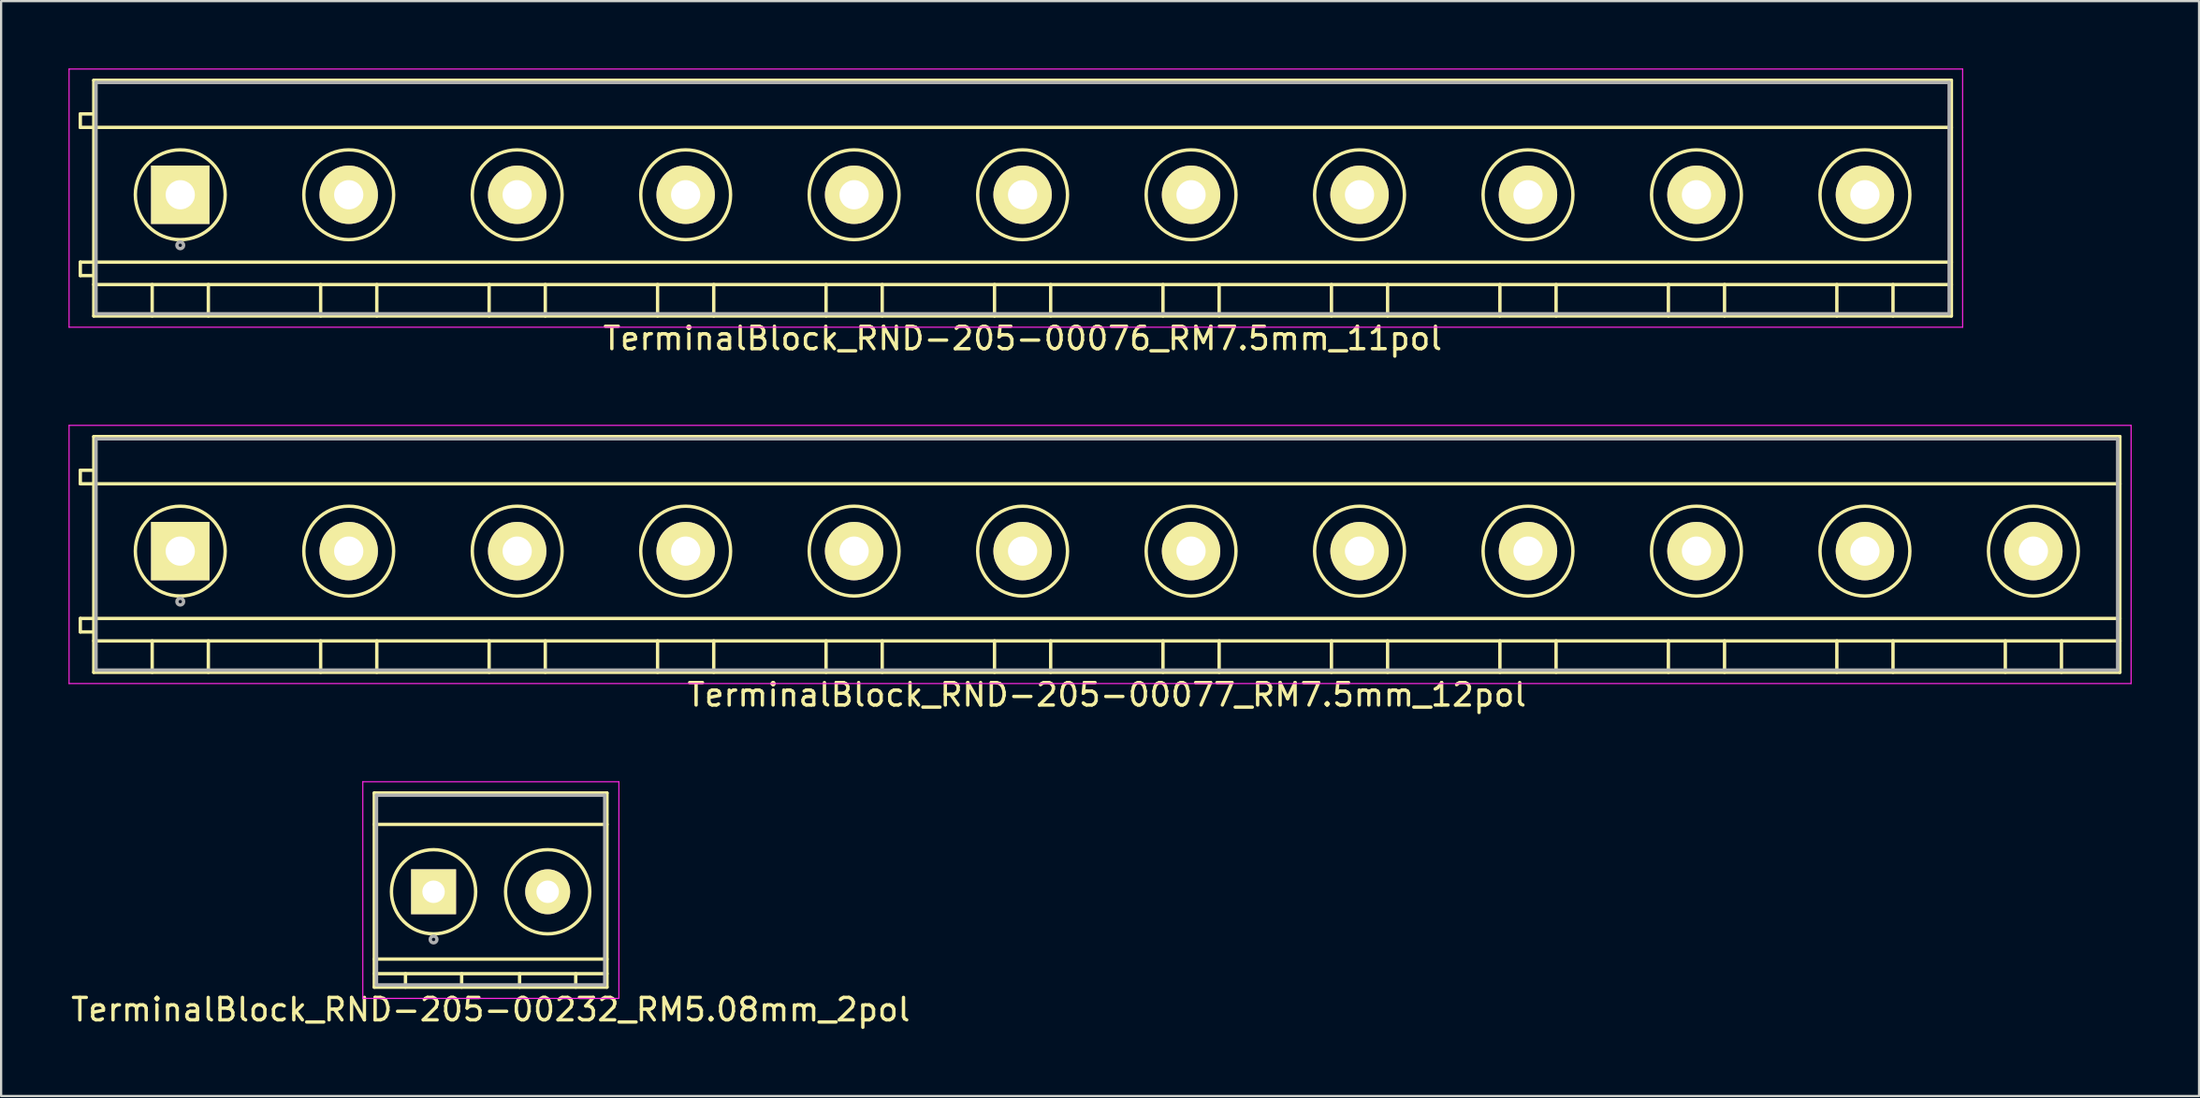
<source format=kicad_pcb>
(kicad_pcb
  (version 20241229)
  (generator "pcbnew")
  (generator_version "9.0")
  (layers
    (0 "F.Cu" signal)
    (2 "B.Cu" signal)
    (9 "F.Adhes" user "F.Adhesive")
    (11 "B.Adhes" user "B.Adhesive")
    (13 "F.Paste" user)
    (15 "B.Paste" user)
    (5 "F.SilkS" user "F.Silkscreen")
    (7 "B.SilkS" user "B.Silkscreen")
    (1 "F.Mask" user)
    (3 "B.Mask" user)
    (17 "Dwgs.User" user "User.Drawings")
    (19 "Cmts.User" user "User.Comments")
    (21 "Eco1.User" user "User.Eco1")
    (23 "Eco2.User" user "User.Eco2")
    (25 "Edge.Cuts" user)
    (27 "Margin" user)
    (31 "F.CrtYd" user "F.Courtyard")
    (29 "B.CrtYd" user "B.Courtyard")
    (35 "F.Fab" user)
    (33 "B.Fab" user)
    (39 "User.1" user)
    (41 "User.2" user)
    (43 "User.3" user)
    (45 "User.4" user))
  (footprint "TerminalBlock_RND-205-00232_RM5.08mm_2pol"
    (layer "F.Cu")
    (at 16.252 36.672)
    (property "Reference" "TerminalBlock_RND-205-00232_RM5.08mm_2pol" (at 2.54 5.25 0) (layer "F.SilkS") (effects (font (size 1 1) (thickness 0.15))))
    (attr through_hole)
    (fp_line (start -2.64 -4.4) (end 7.72 -4.4) (stroke (width 0.15) (type solid)) (layer "F.SilkS"))
    (fp_line (start -2.64 -3) (end 7.72 -3) (stroke (width 0.15) (type solid)) (layer "F.SilkS"))
    (fp_line (start -2.64 3) (end 7.72 3) (stroke (width 0.15) (type solid)) (layer "F.SilkS"))
    (fp_line (start -2.64 3.65) (end 7.72 3.65) (stroke (width 0.15) (type solid)) (layer "F.SilkS"))
    (fp_line (start -2.64 4.25) (end -2.64 -4.4) (stroke (width 0.15) (type solid)) (layer "F.SilkS"))
    (fp_line (start -1.25 3.65) (end -1.25 4.25) (stroke (width 0.15) (type solid)) (layer "F.SilkS"))
    (fp_line (start 1.25 3.65) (end 1.25 4.25) (stroke (width 0.15) (type solid)) (layer "F.SilkS"))
    (fp_line (start 3.83 3.65) (end 3.83 4.25) (stroke (width 0.15) (type solid)) (layer "F.SilkS"))
    (fp_line (start 6.33 3.65) (end 6.33 4.25) (stroke (width 0.15) (type solid)) (layer "F.SilkS"))
    (fp_line (start 7.72 -4.4) (end 7.72 4.25) (stroke (width 0.15) (type solid)) (layer "F.SilkS"))
    (fp_line (start 7.72 4.25) (end -2.64 4.25) (stroke (width 0.15) (type solid)) (layer "F.SilkS"))
    (fp_circle (center 0 0) (end -1.875 0) (stroke (width 0.15) (type solid)) (fill no) (layer "F.SilkS"))
    (fp_circle (center 5.08 0) (end 3.205 0) (stroke (width 0.15) (type solid)) (fill no) (layer "F.SilkS"))
    (fp_line (start -3.15 -4.9) (end 8.25 -4.9) (stroke (width 0.05) (type solid)) (layer "F.CrtYd"))
    (fp_line (start -3.15 4.75) (end -3.15 -4.9) (stroke (width 0.05) (type solid)) (layer "F.CrtYd"))
    (fp_line (start 8.25 -4.9) (end 8.25 4.75) (stroke (width 0.05) (type solid)) (layer "F.CrtYd"))
    (fp_line (start 8.25 4.75) (end -3.15 4.75) (stroke (width 0.05) (type solid)) (layer "F.CrtYd"))
    (fp_line (start -2.54 -4.3) (end 7.62 -4.3) (stroke (width 0.15) (type solid)) (layer "F.Fab"))
    (fp_line (start -2.54 4.15) (end -2.54 -4.3) (stroke (width 0.15) (type solid)) (layer "F.Fab"))
    (fp_line (start 7.62 -4.3) (end 7.62 4.15) (stroke (width 0.15) (type solid)) (layer "F.Fab"))
    (fp_line (start 7.62 4.15) (end -2.54 4.15) (stroke (width 0.15) (type solid)) (layer "F.Fab"))
    (fp_circle (center 0 2.125) (end -0.15 2.125) (stroke (width 0.15) (type solid)) (fill no) (layer "F.Fab"))
    (pad "1" thru_hole rect (at 0 0) (size 2 2) (drill 1) (layers "*.Cu" "*.Mask" "F.SilkS"))
    (pad "2" thru_hole circle (at 5.08 0) (size 2 2) (drill 1) (layers "*.Cu" "*.Mask" "F.SilkS")))
  (footprint "TerminalBlock_RND-205-00077_RM7.5mm_12pol"
    (layer "F.Cu")
    (at 4.975 21.498)
    (property "Reference" "TerminalBlock_RND-205-00077_RM7.5mm_12pol" (at 41.25 6.4 0) (layer "F.SilkS") (effects (font (size 1 1) (thickness 0.15))))
    (attr through_hole)
    (fp_line (start -4.45 -3.6) (end -4.45 -3) (stroke (width 0.15) (type solid)) (layer "F.SilkS"))
    (fp_line (start -4.45 -3) (end -3.85 -3) (stroke (width 0.15) (type solid)) (layer "F.SilkS"))
    (fp_line (start -4.45 3) (end -4.45 3.6) (stroke (width 0.15) (type solid)) (layer "F.SilkS"))
    (fp_line (start -4.45 3.6) (end -3.85 3.6) (stroke (width 0.15) (type solid)) (layer "F.SilkS"))
    (fp_line (start -3.85 -5.1) (end 86.35 -5.1) (stroke (width 0.15) (type solid)) (layer "F.SilkS"))
    (fp_line (start -3.85 -3.6) (end -4.45 -3.6) (stroke (width 0.15) (type solid)) (layer "F.SilkS"))
    (fp_line (start -3.85 -3) (end 86.35 -3) (stroke (width 0.15) (type solid)) (layer "F.SilkS"))
    (fp_line (start -3.85 3) (end -4.45 3) (stroke (width 0.15) (type solid)) (layer "F.SilkS"))
    (fp_line (start -3.85 3) (end 86.35 3) (stroke (width 0.15) (type solid)) (layer "F.SilkS"))
    (fp_line (start -3.85 4) (end 86.35 4) (stroke (width 0.15) (type solid)) (layer "F.SilkS"))
    (fp_line (start -3.85 5.4) (end -3.85 -5.1) (stroke (width 0.15) (type solid)) (layer "F.SilkS"))
    (fp_line (start -1.25 4) (end -1.25 5.4) (stroke (width 0.15) (type solid)) (layer "F.SilkS"))
    (fp_line (start 1.25 4) (end 1.25 5.4) (stroke (width 0.15) (type solid)) (layer "F.SilkS"))
    (fp_line (start 6.25 4) (end 6.25 5.4) (stroke (width 0.15) (type solid)) (layer "F.SilkS"))
    (fp_line (start 8.75 4) (end 8.75 5.4) (stroke (width 0.15) (type solid)) (layer "F.SilkS"))
    (fp_line (start 13.75 4) (end 13.75 5.4) (stroke (width 0.15) (type solid)) (layer "F.SilkS"))
    (fp_line (start 16.25 4) (end 16.25 5.4) (stroke (width 0.15) (type solid)) (layer "F.SilkS"))
    (fp_line (start 21.25 4) (end 21.25 5.4) (stroke (width 0.15) (type solid)) (layer "F.SilkS"))
    (fp_line (start 23.75 4) (end 23.75 5.4) (stroke (width 0.15) (type solid)) (layer "F.SilkS"))
    (fp_line (start 28.75 4) (end 28.75 5.4) (stroke (width 0.15) (type solid)) (layer "F.SilkS"))
    (fp_line (start 31.25 4) (end 31.25 5.4) (stroke (width 0.15) (type solid)) (layer "F.SilkS"))
    (fp_line (start 36.25 4) (end 36.25 5.4) (stroke (width 0.15) (type solid)) (layer "F.SilkS"))
    (fp_line (start 38.75 4) (end 38.75 5.4) (stroke (width 0.15) (type solid)) (layer "F.SilkS"))
    (fp_line (start 43.75 4) (end 43.75 5.4) (stroke (width 0.15) (type solid)) (layer "F.SilkS"))
    (fp_line (start 46.25 4) (end 46.25 5.4) (stroke (width 0.15) (type solid)) (layer "F.SilkS"))
    (fp_line (start 51.25 4) (end 51.25 5.4) (stroke (width 0.15) (type solid)) (layer "F.SilkS"))
    (fp_line (start 53.75 4) (end 53.75 5.4) (stroke (width 0.15) (type solid)) (layer "F.SilkS"))
    (fp_line (start 58.75 4) (end 58.75 5.4) (stroke (width 0.15) (type solid)) (layer "F.SilkS"))
    (fp_line (start 61.25 4) (end 61.25 5.4) (stroke (width 0.15) (type solid)) (layer "F.SilkS"))
    (fp_line (start 66.25 4) (end 66.25 5.4) (stroke (width 0.15) (type solid)) (layer "F.SilkS"))
    (fp_line (start 68.75 4) (end 68.75 5.4) (stroke (width 0.15) (type solid)) (layer "F.SilkS"))
    (fp_line (start 73.75 4) (end 73.75 5.4) (stroke (width 0.15) (type solid)) (layer "F.SilkS"))
    (fp_line (start 76.25 4) (end 76.25 5.4) (stroke (width 0.15) (type solid)) (layer "F.SilkS"))
    (fp_line (start 81.25 4) (end 81.25 5.4) (stroke (width 0.15) (type solid)) (layer "F.SilkS"))
    (fp_line (start 83.75 4) (end 83.75 5.4) (stroke (width 0.15) (type solid)) (layer "F.SilkS"))
    (fp_line (start 86.35 -5.1) (end 86.35 5.4) (stroke (width 0.15) (type solid)) (layer "F.SilkS"))
    (fp_line (start 86.35 5.4) (end -3.85 5.4) (stroke (width 0.15) (type solid)) (layer "F.SilkS"))
    (fp_circle (center 0 0) (end -2 0) (stroke (width 0.15) (type solid)) (fill no) (layer "F.SilkS"))
    (fp_circle (center 7.5 0) (end 5.5 0) (stroke (width 0.15) (type solid)) (fill no) (layer "F.SilkS"))
    (fp_circle (center 15 0) (end 13 0) (stroke (width 0.15) (type solid)) (fill no) (layer "F.SilkS"))
    (fp_circle (center 22.5 0) (end 20.5 0) (stroke (width 0.15) (type solid)) (fill no) (layer "F.SilkS"))
    (fp_circle (center 30 0) (end 28 0) (stroke (width 0.15) (type solid)) (fill no) (layer "F.SilkS"))
    (fp_circle (center 37.5 0) (end 35.5 0) (stroke (width 0.15) (type solid)) (fill no) (layer "F.SilkS"))
    (fp_circle (center 45 0) (end 43 0) (stroke (width 0.15) (type solid)) (fill no) (layer "F.SilkS"))
    (fp_circle (center 52.5 0) (end 50.5 0) (stroke (width 0.15) (type solid)) (fill no) (layer "F.SilkS"))
    (fp_circle (center 60 0) (end 58 0) (stroke (width 0.15) (type solid)) (fill no) (layer "F.SilkS"))
    (fp_circle (center 67.5 0) (end 65.5 0) (stroke (width 0.15) (type solid)) (fill no) (layer "F.SilkS"))
    (fp_circle (center 75 0) (end 73 0) (stroke (width 0.15) (type solid)) (fill no) (layer "F.SilkS"))
    (fp_circle (center 82.5 0) (end 80.5 0) (stroke (width 0.15) (type solid)) (fill no) (layer "F.SilkS"))
    (fp_line (start -4.95 -5.6) (end 86.85 -5.6) (stroke (width 0.05) (type solid)) (layer "F.CrtYd"))
    (fp_line (start -4.95 5.9) (end -4.95 -5.6) (stroke (width 0.05) (type solid)) (layer "F.CrtYd"))
    (fp_line (start 86.85 -5.6) (end 86.85 5.9) (stroke (width 0.05) (type solid)) (layer "F.CrtYd"))
    (fp_line (start 86.85 5.9) (end -4.95 5.9) (stroke (width 0.05) (type solid)) (layer "F.CrtYd"))
    (fp_line (start -3.75 -5) (end 86.25 -5) (stroke (width 0.15) (type solid)) (layer "F.Fab"))
    (fp_line (start -3.75 5.3) (end -3.75 -5) (stroke (width 0.15) (type solid)) (layer "F.Fab"))
    (fp_line (start 86.25 -5) (end 86.25 5.3) (stroke (width 0.15) (type solid)) (layer "F.Fab"))
    (fp_line (start 86.25 5.3) (end -3.75 5.3) (stroke (width 0.15) (type solid)) (layer "F.Fab"))
    (fp_circle (center 0 2.25) (end -0.15 2.25) (stroke (width 0.15) (type solid)) (fill no) (layer "F.Fab"))
    (pad "1" thru_hole rect (at 0 0) (size 2.6 2.6) (drill 1.3) (layers "*.Cu" "*.Mask" "F.SilkS"))
    (pad "2" thru_hole circle (at 7.5 0) (size 2.6 2.6) (drill 1.3) (layers "*.Cu" "*.Mask" "F.SilkS"))
    (pad "3" thru_hole circle (at 15 0) (size 2.6 2.6) (drill 1.3) (layers "*.Cu" "*.Mask" "F.SilkS"))
    (pad "4" thru_hole circle (at 22.5 0) (size 2.6 2.6) (drill 1.3) (layers "*.Cu" "*.Mask" "F.SilkS"))
    (pad "5" thru_hole circle (at 30 0) (size 2.6 2.6) (drill 1.3) (layers "*.Cu" "*.Mask" "F.SilkS"))
    (pad "6" thru_hole circle (at 37.5 0) (size 2.6 2.6) (drill 1.3) (layers "*.Cu" "*.Mask" "F.SilkS"))
    (pad "7" thru_hole circle (at 45 0) (size 2.6 2.6) (drill 1.3) (layers "*.Cu" "*.Mask" "F.SilkS"))
    (pad "8" thru_hole circle (at 52.5 0) (size 2.6 2.6) (drill 1.3) (layers "*.Cu" "*.Mask" "F.SilkS"))
    (pad "9" thru_hole circle (at 60 0) (size 2.6 2.6) (drill 1.3) (layers "*.Cu" "*.Mask" "F.SilkS"))
    (pad "10" thru_hole circle (at 67.5 0) (size 2.6 2.6) (drill 1.3) (layers "*.Cu" "*.Mask" "F.SilkS"))
    (pad "11" thru_hole circle (at 75 0) (size 2.6 2.6) (drill 1.3) (layers "*.Cu" "*.Mask" "F.SilkS"))
    (pad "12" thru_hole circle (at 82.5 0) (size 2.6 2.6) (drill 1.3) (layers "*.Cu" "*.Mask" "F.SilkS")))
  (footprint "TerminalBlock_RND-205-00076_RM7.5mm_11pol"
    (layer "F.Cu")
    (at 4.975 5.625)
    (property "Reference" "TerminalBlock_RND-205-00076_RM7.5mm_11pol" (at 37.5 6.4 0) (layer "F.SilkS") (effects (font (size 1 1) (thickness 0.15))))
    (attr through_hole)
    (fp_line (start -4.45 -3.6) (end -4.45 -3) (stroke (width 0.15) (type solid)) (layer "F.SilkS"))
    (fp_line (start -4.45 -3) (end -3.85 -3) (stroke (width 0.15) (type solid)) (layer "F.SilkS"))
    (fp_line (start -4.45 3) (end -4.45 3.6) (stroke (width 0.15) (type solid)) (layer "F.SilkS"))
    (fp_line (start -4.45 3.6) (end -3.85 3.6) (stroke (width 0.15) (type solid)) (layer "F.SilkS"))
    (fp_line (start -3.85 -5.1) (end 78.85 -5.1) (stroke (width 0.15) (type solid)) (layer "F.SilkS"))
    (fp_line (start -3.85 -3.6) (end -4.45 -3.6) (stroke (width 0.15) (type solid)) (layer "F.SilkS"))
    (fp_line (start -3.85 -3) (end 78.85 -3) (stroke (width 0.15) (type solid)) (layer "F.SilkS"))
    (fp_line (start -3.85 3) (end -4.45 3) (stroke (width 0.15) (type solid)) (layer "F.SilkS"))
    (fp_line (start -3.85 3) (end 78.85 3) (stroke (width 0.15) (type solid)) (layer "F.SilkS"))
    (fp_line (start -3.85 4) (end 78.85 4) (stroke (width 0.15) (type solid)) (layer "F.SilkS"))
    (fp_line (start -3.85 5.4) (end -3.85 -5.1) (stroke (width 0.15) (type solid)) (layer "F.SilkS"))
    (fp_line (start -1.25 4) (end -1.25 5.4) (stroke (width 0.15) (type solid)) (layer "F.SilkS"))
    (fp_line (start 1.25 4) (end 1.25 5.4) (stroke (width 0.15) (type solid)) (layer "F.SilkS"))
    (fp_line (start 6.25 4) (end 6.25 5.4) (stroke (width 0.15) (type solid)) (layer "F.SilkS"))
    (fp_line (start 8.75 4) (end 8.75 5.4) (stroke (width 0.15) (type solid)) (layer "F.SilkS"))
    (fp_line (start 13.75 4) (end 13.75 5.4) (stroke (width 0.15) (type solid)) (layer "F.SilkS"))
    (fp_line (start 16.25 4) (end 16.25 5.4) (stroke (width 0.15) (type solid)) (layer "F.SilkS"))
    (fp_line (start 21.25 4) (end 21.25 5.4) (stroke (width 0.15) (type solid)) (layer "F.SilkS"))
    (fp_line (start 23.75 4) (end 23.75 5.4) (stroke (width 0.15) (type solid)) (layer "F.SilkS"))
    (fp_line (start 28.75 4) (end 28.75 5.4) (stroke (width 0.15) (type solid)) (layer "F.SilkS"))
    (fp_line (start 31.25 4) (end 31.25 5.4) (stroke (width 0.15) (type solid)) (layer "F.SilkS"))
    (fp_line (start 36.25 4) (end 36.25 5.4) (stroke (width 0.15) (type solid)) (layer "F.SilkS"))
    (fp_line (start 38.75 4) (end 38.75 5.4) (stroke (width 0.15) (type solid)) (layer "F.SilkS"))
    (fp_line (start 43.75 4) (end 43.75 5.4) (stroke (width 0.15) (type solid)) (layer "F.SilkS"))
    (fp_line (start 46.25 4) (end 46.25 5.4) (stroke (width 0.15) (type solid)) (layer "F.SilkS"))
    (fp_line (start 51.25 4) (end 51.25 5.4) (stroke (width 0.15) (type solid)) (layer "F.SilkS"))
    (fp_line (start 53.75 4) (end 53.75 5.4) (stroke (width 0.15) (type solid)) (layer "F.SilkS"))
    (fp_line (start 58.75 4) (end 58.75 5.4) (stroke (width 0.15) (type solid)) (layer "F.SilkS"))
    (fp_line (start 61.25 4) (end 61.25 5.4) (stroke (width 0.15) (type solid)) (layer "F.SilkS"))
    (fp_line (start 66.25 4) (end 66.25 5.4) (stroke (width 0.15) (type solid)) (layer "F.SilkS"))
    (fp_line (start 68.75 4) (end 68.75 5.4) (stroke (width 0.15) (type solid)) (layer "F.SilkS"))
    (fp_line (start 73.75 4) (end 73.75 5.4) (stroke (width 0.15) (type solid)) (layer "F.SilkS"))
    (fp_line (start 76.25 4) (end 76.25 5.4) (stroke (width 0.15) (type solid)) (layer "F.SilkS"))
    (fp_line (start 78.85 -5.1) (end 78.85 5.4) (stroke (width 0.15) (type solid)) (layer "F.SilkS"))
    (fp_line (start 78.85 5.4) (end -3.85 5.4) (stroke (width 0.15) (type solid)) (layer "F.SilkS"))
    (fp_circle (center 0 0) (end -2 0) (stroke (width 0.15) (type solid)) (fill no) (layer "F.SilkS"))
    (fp_circle (center 7.5 0) (end 5.5 0) (stroke (width 0.15) (type solid)) (fill no) (layer "F.SilkS"))
    (fp_circle (center 15 0) (end 13 0) (stroke (width 0.15) (type solid)) (fill no) (layer "F.SilkS"))
    (fp_circle (center 22.5 0) (end 20.5 0) (stroke (width 0.15) (type solid)) (fill no) (layer "F.SilkS"))
    (fp_circle (center 30 0) (end 28 0) (stroke (width 0.15) (type solid)) (fill no) (layer "F.SilkS"))
    (fp_circle (center 37.5 0) (end 35.5 0) (stroke (width 0.15) (type solid)) (fill no) (layer "F.SilkS"))
    (fp_circle (center 45 0) (end 43 0) (stroke (width 0.15) (type solid)) (fill no) (layer "F.SilkS"))
    (fp_circle (center 52.5 0) (end 50.5 0) (stroke (width 0.15) (type solid)) (fill no) (layer "F.SilkS"))
    (fp_circle (center 60 0) (end 58 0) (stroke (width 0.15) (type solid)) (fill no) (layer "F.SilkS"))
    (fp_circle (center 67.5 0) (end 65.5 0) (stroke (width 0.15) (type solid)) (fill no) (layer "F.SilkS"))
    (fp_circle (center 75 0) (end 73 0) (stroke (width 0.15) (type solid)) (fill no) (layer "F.SilkS"))
    (fp_line (start -4.95 -5.6) (end 79.35 -5.6) (stroke (width 0.05) (type solid)) (layer "F.CrtYd"))
    (fp_line (start -4.95 5.9) (end -4.95 -5.6) (stroke (width 0.05) (type solid)) (layer "F.CrtYd"))
    (fp_line (start 79.35 -5.6) (end 79.35 5.9) (stroke (width 0.05) (type solid)) (layer "F.CrtYd"))
    (fp_line (start 79.35 5.9) (end -4.95 5.9) (stroke (width 0.05) (type solid)) (layer "F.CrtYd"))
    (fp_line (start -3.75 -5) (end 78.75 -5) (stroke (width 0.15) (type solid)) (layer "F.Fab"))
    (fp_line (start -3.75 5.3) (end -3.75 -5) (stroke (width 0.15) (type solid)) (layer "F.Fab"))
    (fp_line (start 78.75 -5) (end 78.75 5.3) (stroke (width 0.15) (type solid)) (layer "F.Fab"))
    (fp_line (start 78.75 5.3) (end -3.75 5.3) (stroke (width 0.15) (type solid)) (layer "F.Fab"))
    (fp_circle (center 0 2.25) (end -0.15 2.25) (stroke (width 0.15) (type solid)) (fill no) (layer "F.Fab"))
    (pad "1" thru_hole rect (at 0 0) (size 2.6 2.6) (drill 1.3) (layers "*.Cu" "*.Mask" "F.SilkS"))
    (pad "2" thru_hole circle (at 7.5 0) (size 2.6 2.6) (drill 1.3) (layers "*.Cu" "*.Mask" "F.SilkS"))
    (pad "3" thru_hole circle (at 15 0) (size 2.6 2.6) (drill 1.3) (layers "*.Cu" "*.Mask" "F.SilkS"))
    (pad "4" thru_hole circle (at 22.5 0) (size 2.6 2.6) (drill 1.3) (layers "*.Cu" "*.Mask" "F.SilkS"))
    (pad "5" thru_hole circle (at 30 0) (size 2.6 2.6) (drill 1.3) (layers "*.Cu" "*.Mask" "F.SilkS"))
    (pad "6" thru_hole circle (at 37.5 0) (size 2.6 2.6) (drill 1.3) (layers "*.Cu" "*.Mask" "F.SilkS"))
    (pad "7" thru_hole circle (at 45 0) (size 2.6 2.6) (drill 1.3) (layers "*.Cu" "*.Mask" "F.SilkS"))
    (pad "8" thru_hole circle (at 52.5 0) (size 2.6 2.6) (drill 1.3) (layers "*.Cu" "*.Mask" "F.SilkS"))
    (pad "9" thru_hole circle (at 60 0) (size 2.6 2.6) (drill 1.3) (layers "*.Cu" "*.Mask" "F.SilkS"))
    (pad "10" thru_hole circle (at 67.5 0) (size 2.6 2.6) (drill 1.3) (layers "*.Cu" "*.Mask" "F.SilkS"))
    (pad "11" thru_hole circle (at 75 0) (size 2.6 2.6) (drill 1.3) (layers "*.Cu" "*.Mask" "F.SilkS")))
  (gr_rect
    (start -3 -3)
    (end 94.85 45.77)
    (stroke (width 0.1) (type default))
    (fill no)
    (layer "Edge.Cuts")))
</source>
